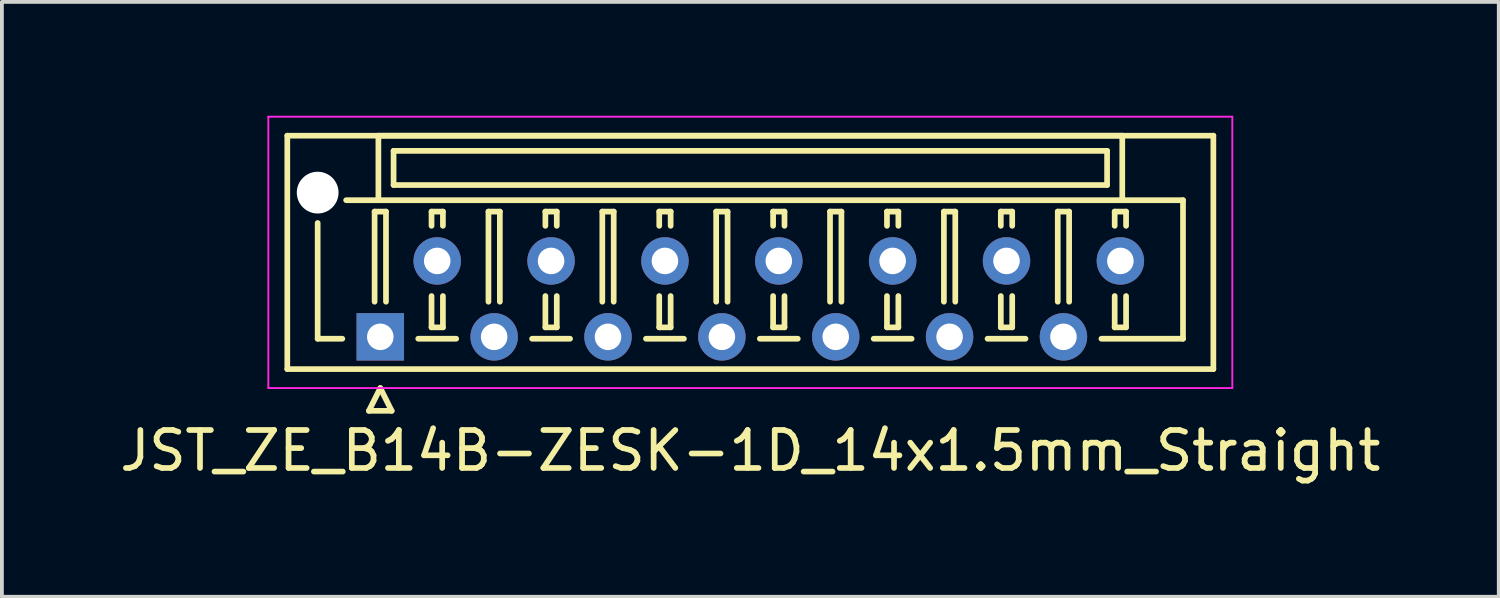
<source format=kicad_pcb>
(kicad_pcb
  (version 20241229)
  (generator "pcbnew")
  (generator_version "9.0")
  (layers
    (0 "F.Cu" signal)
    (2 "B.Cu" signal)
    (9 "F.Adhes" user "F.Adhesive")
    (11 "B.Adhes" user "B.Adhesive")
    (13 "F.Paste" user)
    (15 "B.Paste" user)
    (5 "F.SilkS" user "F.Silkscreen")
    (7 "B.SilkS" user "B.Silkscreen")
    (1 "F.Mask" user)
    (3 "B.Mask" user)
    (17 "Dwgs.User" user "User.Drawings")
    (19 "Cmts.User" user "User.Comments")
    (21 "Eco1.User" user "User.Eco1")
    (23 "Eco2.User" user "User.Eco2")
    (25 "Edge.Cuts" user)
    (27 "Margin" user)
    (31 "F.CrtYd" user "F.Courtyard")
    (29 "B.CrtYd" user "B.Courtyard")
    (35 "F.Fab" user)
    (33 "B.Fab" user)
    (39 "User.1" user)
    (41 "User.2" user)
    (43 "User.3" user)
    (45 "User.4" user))
  (footprint "JST_ZE_B14B-ZESK-1D_14x1.5mm_Straight"
    (layer "F.Cu")
    (at 6.97 5.825)
    (property "Reference" "JST_ZE_B14B-ZESK-1D_14x1.5mm_Straight" (at 9.75 3 0) (layer "F.SilkS") (effects (font (size 1 1) (thickness 0.15))))
    (attr through_hole)
    (fp_line (start -2.45 -5.3) (end -2.45 0.85) (stroke (width 0.15) (type solid)) (layer "F.SilkS"))
    (fp_line (start -2.45 0.85) (end 21.95 0.85) (stroke (width 0.15) (type solid)) (layer "F.SilkS"))
    (fp_line (start -1.65 -3) (end -1.65 0.05) (stroke (width 0.15) (type solid)) (layer "F.SilkS"))
    (fp_line (start -1.65 0.05) (end -1 0.05) (stroke (width 0.15) (type solid)) (layer "F.SilkS"))
    (fp_line (start -0.3 1.95) (end 0 1.35) (stroke (width 0.15) (type solid)) (layer "F.SilkS"))
    (fp_line (start -0.15 -3.3) (end 0.15 -3.3) (stroke (width 0.15) (type solid)) (layer "F.SilkS"))
    (fp_line (start -0.15 -0.925) (end -0.15 -3.3) (stroke (width 0.15) (type solid)) (layer "F.SilkS"))
    (fp_line (start -0.05 -5.3) (end -0.05 -3.6) (stroke (width 0.15) (type solid)) (layer "F.SilkS"))
    (fp_line (start -0.05 -3.6) (end -0.9 -3.6) (stroke (width 0.15) (type solid)) (layer "F.SilkS"))
    (fp_line (start -0.05 -3.6) (end 19.55 -3.6) (stroke (width 0.15) (type solid)) (layer "F.SilkS"))
    (fp_line (start 0 1.35) (end 0.3 1.95) (stroke (width 0.15) (type solid)) (layer "F.SilkS"))
    (fp_line (start 0.15 -3.3) (end 0.15 -0.925) (stroke (width 0.15) (type solid)) (layer "F.SilkS"))
    (fp_line (start 0.3 1.95) (end -0.3 1.95) (stroke (width 0.15) (type solid)) (layer "F.SilkS"))
    (fp_line (start 0.35 -4.9) (end 0.35 -4) (stroke (width 0.15) (type solid)) (layer "F.SilkS"))
    (fp_line (start 0.35 -4) (end 19.15 -4) (stroke (width 0.15) (type solid)) (layer "F.SilkS"))
    (fp_line (start 1 0.05) (end 2 0.05) (stroke (width 0.15) (type solid)) (layer "F.SilkS"))
    (fp_line (start 1.35 -3.3) (end 1.65 -3.3) (stroke (width 0.15) (type solid)) (layer "F.SilkS"))
    (fp_line (start 1.35 -2.925) (end 1.35 -3.3) (stroke (width 0.15) (type solid)) (layer "F.SilkS"))
    (fp_line (start 1.35 -1.075) (end 1.35 -0.25) (stroke (width 0.15) (type solid)) (layer "F.SilkS"))
    (fp_line (start 1.35 -0.25) (end 1.65 -0.25) (stroke (width 0.15) (type solid)) (layer "F.SilkS"))
    (fp_line (start 1.65 -3.3) (end 1.65 -2.925) (stroke (width 0.15) (type solid)) (layer "F.SilkS"))
    (fp_line (start 1.65 -0.25) (end 1.65 -1.075) (stroke (width 0.15) (type solid)) (layer "F.SilkS"))
    (fp_line (start 2.85 -3.3) (end 3.15 -3.3) (stroke (width 0.15) (type solid)) (layer "F.SilkS"))
    (fp_line (start 2.85 -0.925) (end 2.85 -3.3) (stroke (width 0.15) (type solid)) (layer "F.SilkS"))
    (fp_line (start 3.15 -3.3) (end 3.15 -0.925) (stroke (width 0.15) (type solid)) (layer "F.SilkS"))
    (fp_line (start 4 0.05) (end 5 0.05) (stroke (width 0.15) (type solid)) (layer "F.SilkS"))
    (fp_line (start 4.35 -3.3) (end 4.65 -3.3) (stroke (width 0.15) (type solid)) (layer "F.SilkS"))
    (fp_line (start 4.35 -2.925) (end 4.35 -3.3) (stroke (width 0.15) (type solid)) (layer "F.SilkS"))
    (fp_line (start 4.35 -1.075) (end 4.35 -0.25) (stroke (width 0.15) (type solid)) (layer "F.SilkS"))
    (fp_line (start 4.35 -0.25) (end 4.65 -0.25) (stroke (width 0.15) (type solid)) (layer "F.SilkS"))
    (fp_line (start 4.65 -3.3) (end 4.65 -2.925) (stroke (width 0.15) (type solid)) (layer "F.SilkS"))
    (fp_line (start 4.65 -0.25) (end 4.65 -1.075) (stroke (width 0.15) (type solid)) (layer "F.SilkS"))
    (fp_line (start 5.85 -3.3) (end 6.15 -3.3) (stroke (width 0.15) (type solid)) (layer "F.SilkS"))
    (fp_line (start 5.85 -0.925) (end 5.85 -3.3) (stroke (width 0.15) (type solid)) (layer "F.SilkS"))
    (fp_line (start 6.15 -3.3) (end 6.15 -0.925) (stroke (width 0.15) (type solid)) (layer "F.SilkS"))
    (fp_line (start 7 0.05) (end 8 0.05) (stroke (width 0.15) (type solid)) (layer "F.SilkS"))
    (fp_line (start 7.35 -3.3) (end 7.65 -3.3) (stroke (width 0.15) (type solid)) (layer "F.SilkS"))
    (fp_line (start 7.35 -2.925) (end 7.35 -3.3) (stroke (width 0.15) (type solid)) (layer "F.SilkS"))
    (fp_line (start 7.35 -1.075) (end 7.35 -0.25) (stroke (width 0.15) (type solid)) (layer "F.SilkS"))
    (fp_line (start 7.35 -0.25) (end 7.65 -0.25) (stroke (width 0.15) (type solid)) (layer "F.SilkS"))
    (fp_line (start 7.65 -3.3) (end 7.65 -2.925) (stroke (width 0.15) (type solid)) (layer "F.SilkS"))
    (fp_line (start 7.65 -0.25) (end 7.65 -1.075) (stroke (width 0.15) (type solid)) (layer "F.SilkS"))
    (fp_line (start 8.85 -3.3) (end 9.15 -3.3) (stroke (width 0.15) (type solid)) (layer "F.SilkS"))
    (fp_line (start 8.85 -0.925) (end 8.85 -3.3) (stroke (width 0.15) (type solid)) (layer "F.SilkS"))
    (fp_line (start 9.15 -3.3) (end 9.15 -0.925) (stroke (width 0.15) (type solid)) (layer "F.SilkS"))
    (fp_line (start 10 0.05) (end 11 0.05) (stroke (width 0.15) (type solid)) (layer "F.SilkS"))
    (fp_line (start 10.35 -3.3) (end 10.65 -3.3) (stroke (width 0.15) (type solid)) (layer "F.SilkS"))
    (fp_line (start 10.35 -2.925) (end 10.35 -3.3) (stroke (width 0.15) (type solid)) (layer "F.SilkS"))
    (fp_line (start 10.35 -1.075) (end 10.35 -0.25) (stroke (width 0.15) (type solid)) (layer "F.SilkS"))
    (fp_line (start 10.35 -0.25) (end 10.65 -0.25) (stroke (width 0.15) (type solid)) (layer "F.SilkS"))
    (fp_line (start 10.65 -3.3) (end 10.65 -2.925) (stroke (width 0.15) (type solid)) (layer "F.SilkS"))
    (fp_line (start 10.65 -0.25) (end 10.65 -1.075) (stroke (width 0.15) (type solid)) (layer "F.SilkS"))
    (fp_line (start 11.85 -3.3) (end 12.15 -3.3) (stroke (width 0.15) (type solid)) (layer "F.SilkS"))
    (fp_line (start 11.85 -0.925) (end 11.85 -3.3) (stroke (width 0.15) (type solid)) (layer "F.SilkS"))
    (fp_line (start 12.15 -3.3) (end 12.15 -0.925) (stroke (width 0.15) (type solid)) (layer "F.SilkS"))
    (fp_line (start 13 0.05) (end 14 0.05) (stroke (width 0.15) (type solid)) (layer "F.SilkS"))
    (fp_line (start 13.35 -3.3) (end 13.65 -3.3) (stroke (width 0.15) (type solid)) (layer "F.SilkS"))
    (fp_line (start 13.35 -2.925) (end 13.35 -3.3) (stroke (width 0.15) (type solid)) (layer "F.SilkS"))
    (fp_line (start 13.35 -1.075) (end 13.35 -0.25) (stroke (width 0.15) (type solid)) (layer "F.SilkS"))
    (fp_line (start 13.35 -0.25) (end 13.65 -0.25) (stroke (width 0.15) (type solid)) (layer "F.SilkS"))
    (fp_line (start 13.65 -3.3) (end 13.65 -2.925) (stroke (width 0.15) (type solid)) (layer "F.SilkS"))
    (fp_line (start 13.65 -0.25) (end 13.65 -1.075) (stroke (width 0.15) (type solid)) (layer "F.SilkS"))
    (fp_line (start 14.85 -3.3) (end 15.15 -3.3) (stroke (width 0.15) (type solid)) (layer "F.SilkS"))
    (fp_line (start 14.85 -0.925) (end 14.85 -3.3) (stroke (width 0.15) (type solid)) (layer "F.SilkS"))
    (fp_line (start 15.15 -3.3) (end 15.15 -0.925) (stroke (width 0.15) (type solid)) (layer "F.SilkS"))
    (fp_line (start 16 0.05) (end 17 0.05) (stroke (width 0.15) (type solid)) (layer "F.SilkS"))
    (fp_line (start 16.35 -3.3) (end 16.65 -3.3) (stroke (width 0.15) (type solid)) (layer "F.SilkS"))
    (fp_line (start 16.35 -2.925) (end 16.35 -3.3) (stroke (width 0.15) (type solid)) (layer "F.SilkS"))
    (fp_line (start 16.35 -1.075) (end 16.35 -0.25) (stroke (width 0.15) (type solid)) (layer "F.SilkS"))
    (fp_line (start 16.35 -0.25) (end 16.65 -0.25) (stroke (width 0.15) (type solid)) (layer "F.SilkS"))
    (fp_line (start 16.65 -3.3) (end 16.65 -2.925) (stroke (width 0.15) (type solid)) (layer "F.SilkS"))
    (fp_line (start 16.65 -0.25) (end 16.65 -1.075) (stroke (width 0.15) (type solid)) (layer "F.SilkS"))
    (fp_line (start 17.85 -3.3) (end 18.15 -3.3) (stroke (width 0.15) (type solid)) (layer "F.SilkS"))
    (fp_line (start 17.85 -0.925) (end 17.85 -3.3) (stroke (width 0.15) (type solid)) (layer "F.SilkS"))
    (fp_line (start 18.15 -3.3) (end 18.15 -0.925) (stroke (width 0.15) (type solid)) (layer "F.SilkS"))
    (fp_line (start 19.15 -4.9) (end 0.35 -4.9) (stroke (width 0.15) (type solid)) (layer "F.SilkS"))
    (fp_line (start 19.15 -4) (end 19.15 -4.9) (stroke (width 0.15) (type solid)) (layer "F.SilkS"))
    (fp_line (start 19.35 -3.3) (end 19.65 -3.3) (stroke (width 0.15) (type solid)) (layer "F.SilkS"))
    (fp_line (start 19.35 -2.925) (end 19.35 -3.3) (stroke (width 0.15) (type solid)) (layer "F.SilkS"))
    (fp_line (start 19.35 -1.075) (end 19.35 -0.25) (stroke (width 0.15) (type solid)) (layer "F.SilkS"))
    (fp_line (start 19.35 -0.25) (end 19.65 -0.25) (stroke (width 0.15) (type solid)) (layer "F.SilkS"))
    (fp_line (start 19.55 -5.3) (end -0.05 -5.3) (stroke (width 0.15) (type solid)) (layer "F.SilkS"))
    (fp_line (start 19.55 -3.6) (end 19.55 -5.3) (stroke (width 0.15) (type solid)) (layer "F.SilkS"))
    (fp_line (start 19.55 -3.6) (end 21.15 -3.6) (stroke (width 0.15) (type solid)) (layer "F.SilkS"))
    (fp_line (start 19.65 -3.3) (end 19.65 -2.925) (stroke (width 0.15) (type solid)) (layer "F.SilkS"))
    (fp_line (start 19.65 -0.25) (end 19.65 -1.075) (stroke (width 0.15) (type solid)) (layer "F.SilkS"))
    (fp_line (start 21.15 -3.6) (end 21.15 0.05) (stroke (width 0.15) (type solid)) (layer "F.SilkS"))
    (fp_line (start 21.15 0.05) (end 19 0.05) (stroke (width 0.15) (type solid)) (layer "F.SilkS"))
    (fp_line (start 21.95 -5.3) (end -2.45 -5.3) (stroke (width 0.15) (type solid)) (layer "F.SilkS"))
    (fp_line (start 21.95 0.85) (end 21.95 -5.3) (stroke (width 0.15) (type solid)) (layer "F.SilkS"))
    (fp_line (start -2.95 -5.8) (end -2.95 1.35) (stroke (width 0.05) (type solid)) (layer "F.CrtYd"))
    (fp_line (start -2.95 1.35) (end 22.45 1.35) (stroke (width 0.05) (type solid)) (layer "F.CrtYd"))
    (fp_line (start 22.45 -5.8) (end -2.95 -5.8) (stroke (width 0.05) (type solid)) (layer "F.CrtYd"))
    (fp_line (start 22.45 1.35) (end 22.45 -5.8) (stroke (width 0.05) (type solid)) (layer "F.CrtYd"))
    (pad "" np_thru_hole circle (at -1.65 -3.8) (size 1.1 1.1) (drill 1.1) (layers "*.Cu"))
    (pad "1" thru_hole rect (at 0 0) (size 1.25 1.25) (drill 0.7) (layers "*.Cu" "*.Mask"))
    (pad "2" thru_hole circle (at 1.5 -2) (size 1.25 1.25) (drill 0.7) (layers "*.Cu" "*.Mask"))
    (pad "3" thru_hole circle (at 3 0) (size 1.25 1.25) (drill 0.7) (layers "*.Cu" "*.Mask"))
    (pad "4" thru_hole circle (at 4.5 -2) (size 1.25 1.25) (drill 0.7) (layers "*.Cu" "*.Mask"))
    (pad "5" thru_hole circle (at 6 0) (size 1.25 1.25) (drill 0.7) (layers "*.Cu" "*.Mask"))
    (pad "6" thru_hole circle (at 7.5 -2) (size 1.25 1.25) (drill 0.7) (layers "*.Cu" "*.Mask"))
    (pad "7" thru_hole circle (at 9 0) (size 1.25 1.25) (drill 0.7) (layers "*.Cu" "*.Mask"))
    (pad "8" thru_hole circle (at 10.5 -2) (size 1.25 1.25) (drill 0.7) (layers "*.Cu" "*.Mask"))
    (pad "9" thru_hole circle (at 12 0) (size 1.25 1.25) (drill 0.7) (layers "*.Cu" "*.Mask"))
    (pad "10" thru_hole circle (at 13.5 -2) (size 1.25 1.25) (drill 0.7) (layers "*.Cu" "*.Mask"))
    (pad "11" thru_hole circle (at 15 0) (size 1.25 1.25) (drill 0.7) (layers "*.Cu" "*.Mask"))
    (pad "12" thru_hole circle (at 16.5 -2) (size 1.25 1.25) (drill 0.7) (layers "*.Cu" "*.Mask"))
    (pad "13" thru_hole circle (at 18 0) (size 1.25 1.25) (drill 0.7) (layers "*.Cu" "*.Mask"))
    (pad "14" thru_hole circle (at 19.5 -2) (size 1.25 1.25) (drill 0.7) (layers "*.Cu" "*.Mask")))
  (gr_rect
    (start -3 -3)
    (end 36.44 12.673)
    (stroke (width 0.1) (type default))
    (fill no)
    (layer "Edge.Cuts")))
</source>
